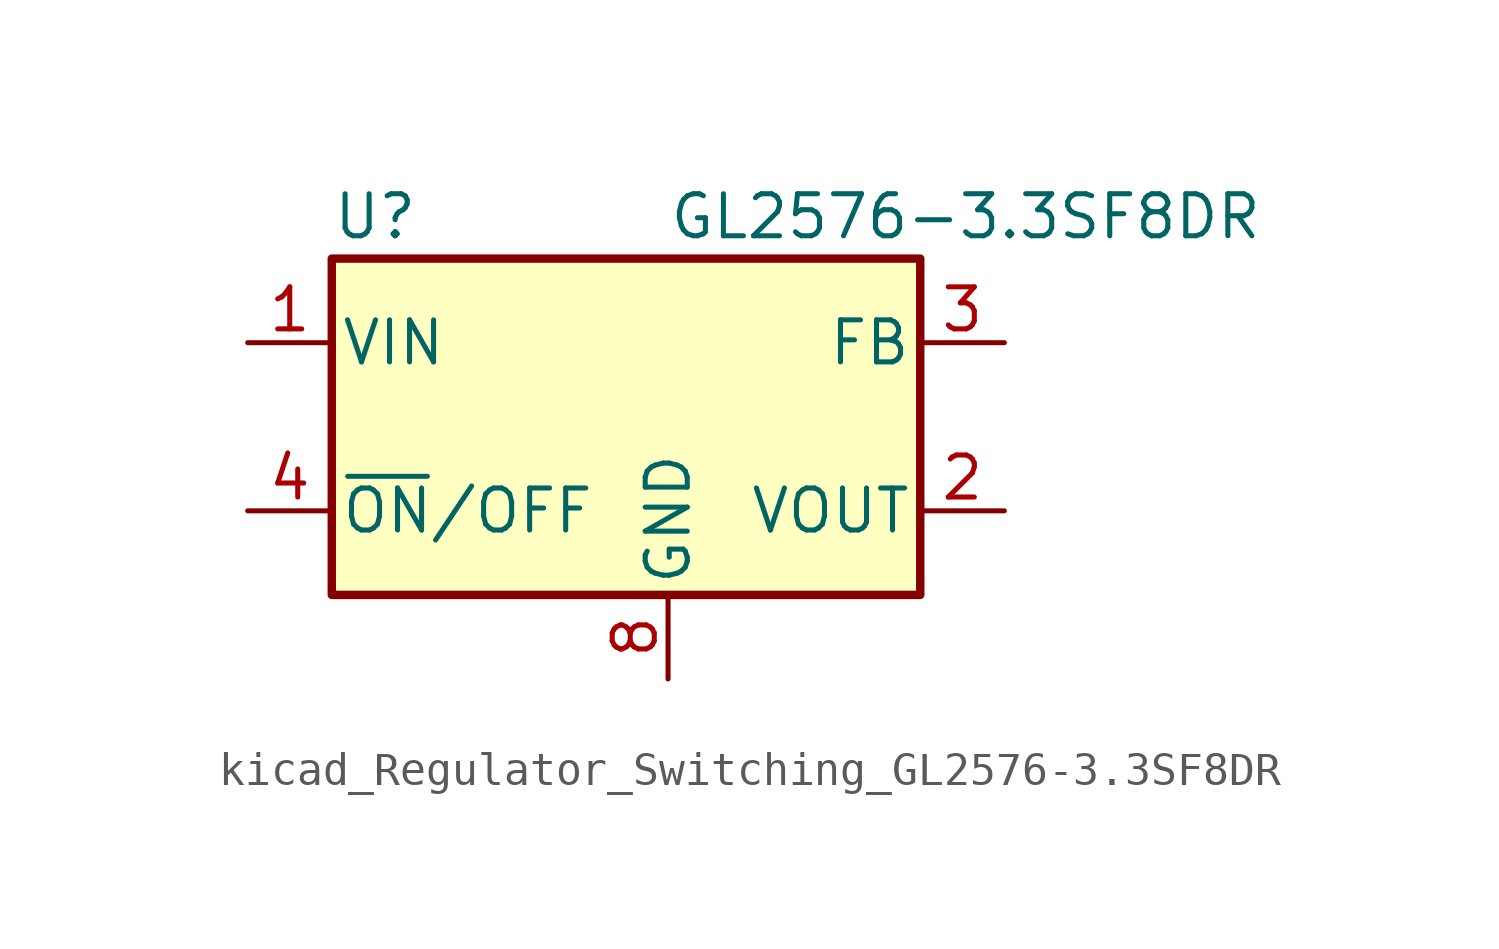
<source format=kicad_sym>
(kicad_symbol_lib
  (version 20220914)
  (generator kicad_symbol_editor)
  (symbol "kicad_Regulator_Switching_GL2576-3.3SF8DR"
    (pin_names
      (offset 0.254))
    (property "Reference" "U"
      (at -10.16 6.35 0)
      (effects (font (size 1.27 1.27)) (justify left)))
    (property "Value" "GL2576-3.3SF8DR"
      (at 0 6.35 0)
      (effects (font (size 1.27 1.27)) (justify left)))
    (symbol "kicad_Regulator_Switching_GL2576-3.3SF8DR_0_1"
      (rectangle (start -10.16 5.08) (end 7.62 -5.08) (stroke (width 0.254) (type default)) (fill (type background))))
    (symbol "kicad_Regulator_Switching_GL2576-3.3SF8DR_1_1"
      (pin power_in line (at -12.7 2.54 0) (length 2.54) (name "VIN" (effects (font (size 1.27 1.27)))) (number "1" (effects (font (size 1.27 1.27)))))
      (pin output line (at 10.16 -2.54 180) (length 2.54) (name "VOUT" (effects (font (size 1.27 1.27)))) (number "2" (effects (font (size 1.27 1.27)))))
      (pin passive line (at 10.16 2.54 180) (length 2.54) (name "FB" (effects (font (size 1.27 1.27)))) (number "3" (effects (font (size 1.27 1.27)))))
      (pin input line (at -12.7 -2.54 0) (length 2.54) (name "~{ON}/OFF" (effects (font (size 1.27 1.27)))) (number "4" (effects (font (size 1.27 1.27)))))
      (pin passive line (at 0 -7.62 90) (length 2.54) hide (name "GND" (effects (font (size 1.27 1.27)))) (number "5" (effects (font (size 1.27 1.27)))))
      (pin passive line (at 0 -7.62 90) (length 2.54) hide (name "GND" (effects (font (size 1.27 1.27)))) (number "6" (effects (font (size 1.27 1.27)))))
      (pin passive line (at 0 -7.62 90) (length 2.54) hide (name "GND" (effects (font (size 1.27 1.27)))) (number "7" (effects (font (size 1.27 1.27)))))
      (pin power_in line (at 0 -7.62 90) (length 2.54) (name "GND" (effects (font (size 1.27 1.27)))) (number "8" (effects (font (size 1.27 1.27))))))))
</source>
